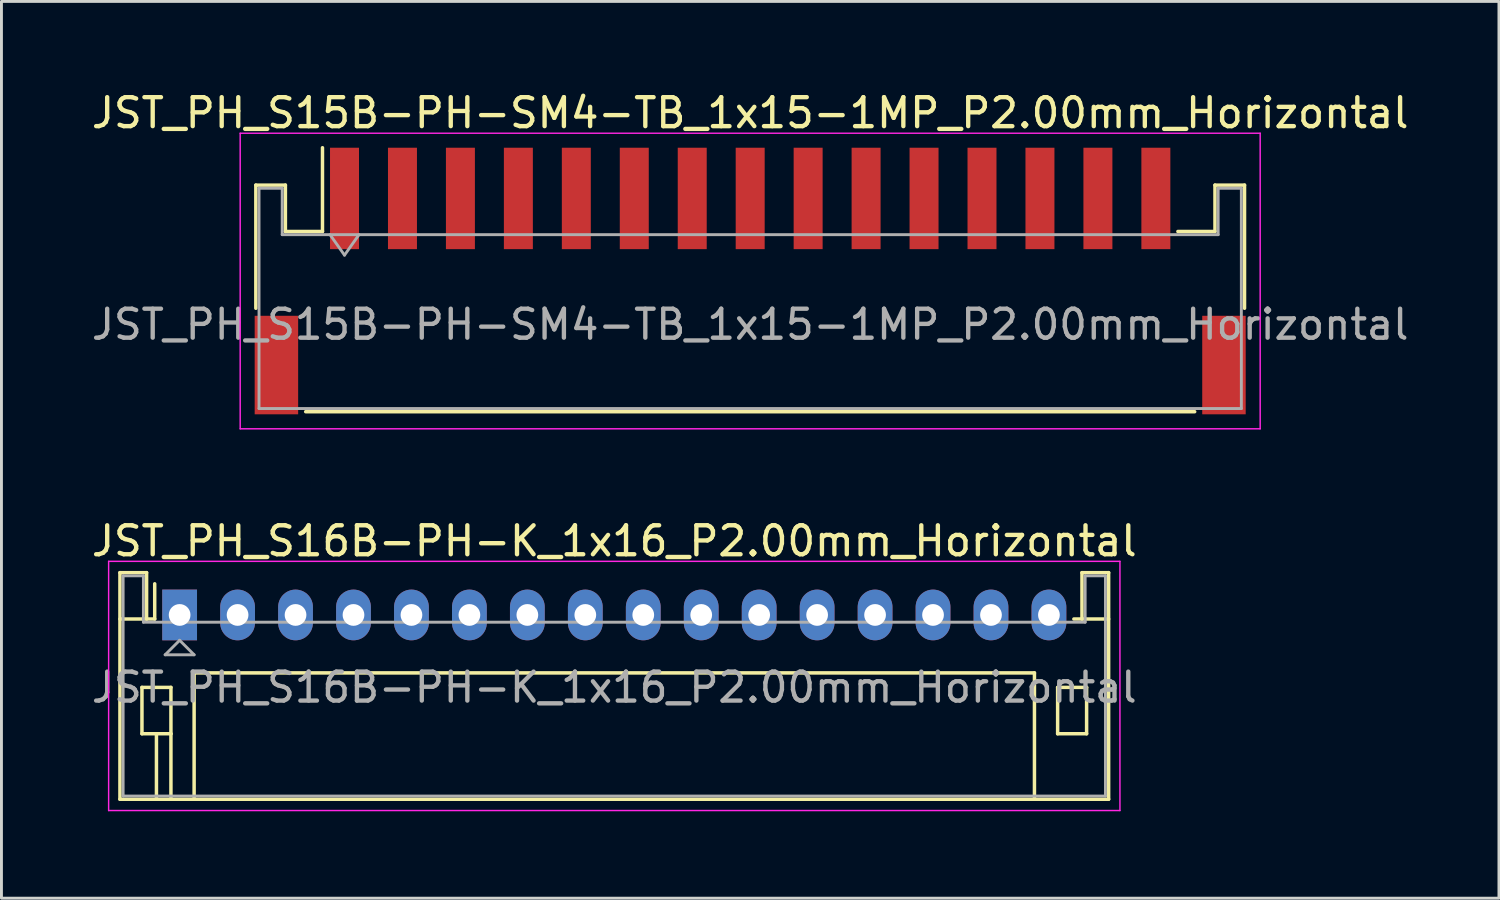
<source format=kicad_pcb>
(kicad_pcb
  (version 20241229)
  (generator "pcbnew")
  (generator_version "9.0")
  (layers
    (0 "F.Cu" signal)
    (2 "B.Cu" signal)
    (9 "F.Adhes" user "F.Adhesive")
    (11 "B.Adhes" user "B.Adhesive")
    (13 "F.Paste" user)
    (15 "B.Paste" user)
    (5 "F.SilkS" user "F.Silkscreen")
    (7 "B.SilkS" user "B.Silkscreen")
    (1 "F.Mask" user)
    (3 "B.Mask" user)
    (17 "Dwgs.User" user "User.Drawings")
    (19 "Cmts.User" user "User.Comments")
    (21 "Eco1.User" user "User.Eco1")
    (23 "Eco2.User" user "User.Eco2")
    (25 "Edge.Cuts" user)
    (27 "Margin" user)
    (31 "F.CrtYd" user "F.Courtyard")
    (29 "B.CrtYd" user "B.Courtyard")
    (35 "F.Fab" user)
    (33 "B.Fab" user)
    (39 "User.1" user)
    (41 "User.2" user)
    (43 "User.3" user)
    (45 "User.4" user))
  (footprint "JST_PH_S16B-PH-K_1x16_P2.00mm_Horizontal"
    (layer "F.Cu")
    (at 3.149 18.172)
    (property "Reference" "JST_PH_S16B-PH-K_1x16_P2.00mm_Horizontal" (at 15 -2.55 0) (layer "F.SilkS") (effects (font (size 1 1) (thickness 0.15))))
    (attr through_hole)
    (fp_line (start -2.06 -1.46) (end -2.06 6.36) (stroke (width 0.12) (type solid)) (layer "F.SilkS"))
    (fp_line (start -2.06 0.14) (end -1.14 0.14) (stroke (width 0.12) (type solid)) (layer "F.SilkS"))
    (fp_line (start -2.06 6.36) (end 32.06 6.36) (stroke (width 0.12) (type solid)) (layer "F.SilkS"))
    (fp_line (start -1.3 2.5) (end -1.3 4.1) (stroke (width 0.12) (type solid)) (layer "F.SilkS"))
    (fp_line (start -1.3 4.1) (end -0.3 4.1) (stroke (width 0.12) (type solid)) (layer "F.SilkS"))
    (fp_line (start -1.14 -1.46) (end -2.06 -1.46) (stroke (width 0.12) (type solid)) (layer "F.SilkS"))
    (fp_line (start -1.14 0.14) (end -1.14 -1.46) (stroke (width 0.12) (type solid)) (layer "F.SilkS"))
    (fp_line (start -0.86 0.14) (end -1.14 0.14) (stroke (width 0.12) (type solid)) (layer "F.SilkS"))
    (fp_line (start -0.86 0.14) (end -0.86 -1.075) (stroke (width 0.12) (type solid)) (layer "F.SilkS"))
    (fp_line (start -0.8 4.1) (end -0.8 6.36) (stroke (width 0.12) (type solid)) (layer "F.SilkS"))
    (fp_line (start -0.3 2.5) (end -1.3 2.5) (stroke (width 0.12) (type solid)) (layer "F.SilkS"))
    (fp_line (start -0.3 4.1) (end -0.3 2.5) (stroke (width 0.12) (type solid)) (layer "F.SilkS"))
    (fp_line (start -0.3 4.1) (end -0.3 6.36) (stroke (width 0.12) (type solid)) (layer "F.SilkS"))
    (fp_line (start 0.5 2) (end 29.5 2) (stroke (width 0.12) (type solid)) (layer "F.SilkS"))
    (fp_line (start 0.5 6.36) (end 0.5 2) (stroke (width 0.12) (type solid)) (layer "F.SilkS"))
    (fp_line (start 29.5 2) (end 29.5 6.36) (stroke (width 0.12) (type solid)) (layer "F.SilkS"))
    (fp_line (start 30.3 2.5) (end 31.3 2.5) (stroke (width 0.12) (type solid)) (layer "F.SilkS"))
    (fp_line (start 30.3 4.1) (end 30.3 2.5) (stroke (width 0.12) (type solid)) (layer "F.SilkS"))
    (fp_line (start 31.14 -1.46) (end 31.14 0.14) (stroke (width 0.12) (type solid)) (layer "F.SilkS"))
    (fp_line (start 31.14 0.14) (end 30.86 0.14) (stroke (width 0.12) (type solid)) (layer "F.SilkS"))
    (fp_line (start 31.3 2.5) (end 31.3 4.1) (stroke (width 0.12) (type solid)) (layer "F.SilkS"))
    (fp_line (start 31.3 4.1) (end 30.3 4.1) (stroke (width 0.12) (type solid)) (layer "F.SilkS"))
    (fp_line (start 32.06 -1.46) (end 31.14 -1.46) (stroke (width 0.12) (type solid)) (layer "F.SilkS"))
    (fp_line (start 32.06 0.14) (end 31.14 0.14) (stroke (width 0.12) (type solid)) (layer "F.SilkS"))
    (fp_line (start 32.06 6.36) (end 32.06 -1.46) (stroke (width 0.12) (type solid)) (layer "F.SilkS"))
    (fp_line (start -2.45 -1.85) (end -2.45 6.75) (stroke (width 0.05) (type solid)) (layer "F.CrtYd"))
    (fp_line (start -2.45 6.75) (end 32.45 6.75) (stroke (width 0.05) (type solid)) (layer "F.CrtYd"))
    (fp_line (start 32.45 -1.85) (end -2.45 -1.85) (stroke (width 0.05) (type solid)) (layer "F.CrtYd"))
    (fp_line (start 32.45 6.75) (end 32.45 -1.85) (stroke (width 0.05) (type solid)) (layer "F.CrtYd"))
    (fp_line (start -1.95 -1.35) (end -1.95 6.25) (stroke (width 0.1) (type solid)) (layer "F.Fab"))
    (fp_line (start -1.95 6.25) (end 31.95 6.25) (stroke (width 0.1) (type solid)) (layer "F.Fab"))
    (fp_line (start -1.25 -1.35) (end -1.95 -1.35) (stroke (width 0.1) (type solid)) (layer "F.Fab"))
    (fp_line (start -1.25 0.25) (end -1.25 -1.35) (stroke (width 0.1) (type solid)) (layer "F.Fab"))
    (fp_line (start -0.5 1.375) (end 0.5 1.375) (stroke (width 0.1) (type solid)) (layer "F.Fab"))
    (fp_line (start 0 0.875) (end -0.5 1.375) (stroke (width 0.1) (type solid)) (layer "F.Fab"))
    (fp_line (start 0.5 1.375) (end 0 0.875) (stroke (width 0.1) (type solid)) (layer "F.Fab"))
    (fp_line (start 31.25 -1.35) (end 31.25 0.25) (stroke (width 0.1) (type solid)) (layer "F.Fab"))
    (fp_line (start 31.25 0.25) (end -1.25 0.25) (stroke (width 0.1) (type solid)) (layer "F.Fab"))
    (fp_line (start 31.95 -1.35) (end 31.25 -1.35) (stroke (width 0.1) (type solid)) (layer "F.Fab"))
    (fp_line (start 31.95 6.25) (end 31.95 -1.35) (stroke (width 0.1) (type solid)) (layer "F.Fab"))
    (fp_text user "${REFERENCE}" (at 15 2.5 0) (layer "F.Fab") (effects (font (size 1 1) (thickness 0.15))))
    (pad "1" thru_hole rect (at 0 0) (size 1.2 1.75) (drill 0.75) (layers "*.Cu" "*.Mask"))
    (pad "2" thru_hole oval (at 2 0) (size 1.2 1.75) (drill 0.75) (layers "*.Cu" "*.Mask"))
    (pad "3" thru_hole oval (at 4 0) (size 1.2 1.75) (drill 0.75) (layers "*.Cu" "*.Mask"))
    (pad "4" thru_hole oval (at 6 0) (size 1.2 1.75) (drill 0.75) (layers "*.Cu" "*.Mask"))
    (pad "5" thru_hole oval (at 8 0) (size 1.2 1.75) (drill 0.75) (layers "*.Cu" "*.Mask"))
    (pad "6" thru_hole oval (at 10 0) (size 1.2 1.75) (drill 0.75) (layers "*.Cu" "*.Mask"))
    (pad "7" thru_hole oval (at 12 0) (size 1.2 1.75) (drill 0.75) (layers "*.Cu" "*.Mask"))
    (pad "8" thru_hole oval (at 14 0) (size 1.2 1.75) (drill 0.75) (layers "*.Cu" "*.Mask"))
    (pad "9" thru_hole oval (at 16 0) (size 1.2 1.75) (drill 0.75) (layers "*.Cu" "*.Mask"))
    (pad "10" thru_hole oval (at 18 0) (size 1.2 1.75) (drill 0.75) (layers "*.Cu" "*.Mask"))
    (pad "11" thru_hole oval (at 20 0) (size 1.2 1.75) (drill 0.75) (layers "*.Cu" "*.Mask"))
    (pad "12" thru_hole oval (at 22 0) (size 1.2 1.75) (drill 0.75) (layers "*.Cu" "*.Mask"))
    (pad "13" thru_hole oval (at 24 0) (size 1.2 1.75) (drill 0.75) (layers "*.Cu" "*.Mask"))
    (pad "14" thru_hole oval (at 26 0) (size 1.2 1.75) (drill 0.75) (layers "*.Cu" "*.Mask"))
    (pad "15" thru_hole oval (at 28 0) (size 1.2 1.75) (drill 0.75) (layers "*.Cu" "*.Mask"))
    (pad "16" thru_hole oval (at 30 0) (size 1.2 1.75) (drill 0.75) (layers "*.Cu" "*.Mask")))
  (footprint "JST_PH_S15B-PH-SM4-TB_1x15-1MP_P2.00mm_Horizontal"
    (layer "F.Cu")
    (at 22.839 6.648)
    (property "Reference" "JST_PH_S15B-PH-SM4-TB_1x15-1MP_P2.00mm_Horizontal" (at 0 -5.8 0) (layer "F.SilkS") (effects (font (size 1 1) (thickness 0.15))))
    (attr smd)
    (fp_line (start -17.06 -3.31) (end -16.04 -3.31) (stroke (width 0.12) (type solid)) (layer "F.SilkS"))
    (fp_line (start -17.06 0.94) (end -17.06 -3.31) (stroke (width 0.12) (type solid)) (layer "F.SilkS"))
    (fp_line (start -16.04 -3.31) (end -16.04 -1.71) (stroke (width 0.12) (type solid)) (layer "F.SilkS"))
    (fp_line (start -16.04 -1.71) (end -14.76 -1.71) (stroke (width 0.12) (type solid)) (layer "F.SilkS"))
    (fp_line (start -15.34 4.51) (end 15.34 4.51) (stroke (width 0.12) (type solid)) (layer "F.SilkS"))
    (fp_line (start -14.76 -1.71) (end -14.76 -4.6) (stroke (width 0.12) (type solid)) (layer "F.SilkS"))
    (fp_line (start 16.04 -3.31) (end 16.04 -1.71) (stroke (width 0.12) (type solid)) (layer "F.SilkS"))
    (fp_line (start 16.04 -1.71) (end 14.76 -1.71) (stroke (width 0.12) (type solid)) (layer "F.SilkS"))
    (fp_line (start 17.06 -3.31) (end 16.04 -3.31) (stroke (width 0.12) (type solid)) (layer "F.SilkS"))
    (fp_line (start 17.06 0.94) (end 17.06 -3.31) (stroke (width 0.12) (type solid)) (layer "F.SilkS"))
    (fp_line (start -17.6 -5.1) (end -17.6 5.1) (stroke (width 0.05) (type solid)) (layer "F.CrtYd"))
    (fp_line (start -17.6 5.1) (end 17.6 5.1) (stroke (width 0.05) (type solid)) (layer "F.CrtYd"))
    (fp_line (start 17.6 -5.1) (end -17.6 -5.1) (stroke (width 0.05) (type solid)) (layer "F.CrtYd"))
    (fp_line (start 17.6 5.1) (end 17.6 -5.1) (stroke (width 0.05) (type solid)) (layer "F.CrtYd"))
    (fp_line (start -16.95 -3.2) (end -16.95 4.4) (stroke (width 0.1) (type solid)) (layer "F.Fab"))
    (fp_line (start -16.95 -3.2) (end -16.15 -3.2) (stroke (width 0.1) (type solid)) (layer "F.Fab"))
    (fp_line (start -16.95 4.4) (end 16.95 4.4) (stroke (width 0.1) (type solid)) (layer "F.Fab"))
    (fp_line (start -16.15 -3.2) (end -16.15 -1.6) (stroke (width 0.1) (type solid)) (layer "F.Fab"))
    (fp_line (start -16.15 -1.6) (end 16.15 -1.6) (stroke (width 0.1) (type solid)) (layer "F.Fab"))
    (fp_line (start -14.5 -1.6) (end -14 -0.893) (stroke (width 0.1) (type solid)) (layer "F.Fab"))
    (fp_line (start -14 -0.893) (end -13.5 -1.6) (stroke (width 0.1) (type solid)) (layer "F.Fab"))
    (fp_line (start 16.15 -3.2) (end 16.95 -3.2) (stroke (width 0.1) (type solid)) (layer "F.Fab"))
    (fp_line (start 16.15 -1.6) (end 16.15 -3.2) (stroke (width 0.1) (type solid)) (layer "F.Fab"))
    (fp_line (start 16.95 -3.2) (end 16.95 4.4) (stroke (width 0.1) (type solid)) (layer "F.Fab"))
    (fp_text user "${REFERENCE}" (at 0 1.5 0) (layer "F.Fab") (effects (font (size 1 1) (thickness 0.15))))
    (pad "1" smd rect (at -14 -2.85) (size 1 3.5) (layers "F.Cu" "F.Mask" "F.Paste"))
    (pad "2" smd rect (at -12 -2.85) (size 1 3.5) (layers "F.Cu" "F.Mask" "F.Paste"))
    (pad "3" smd rect (at -10 -2.85) (size 1 3.5) (layers "F.Cu" "F.Mask" "F.Paste"))
    (pad "4" smd rect (at -8 -2.85) (size 1 3.5) (layers "F.Cu" "F.Mask" "F.Paste"))
    (pad "5" smd rect (at -6 -2.85) (size 1 3.5) (layers "F.Cu" "F.Mask" "F.Paste"))
    (pad "6" smd rect (at -4 -2.85) (size 1 3.5) (layers "F.Cu" "F.Mask" "F.Paste"))
    (pad "7" smd rect (at -2 -2.85) (size 1 3.5) (layers "F.Cu" "F.Mask" "F.Paste"))
    (pad "8" smd rect (at 0 -2.85) (size 1 3.5) (layers "F.Cu" "F.Mask" "F.Paste"))
    (pad "9" smd rect (at 2 -2.85) (size 1 3.5) (layers "F.Cu" "F.Mask" "F.Paste"))
    (pad "10" smd rect (at 4 -2.85) (size 1 3.5) (layers "F.Cu" "F.Mask" "F.Paste"))
    (pad "11" smd rect (at 6 -2.85) (size 1 3.5) (layers "F.Cu" "F.Mask" "F.Paste"))
    (pad "12" smd rect (at 8 -2.85) (size 1 3.5) (layers "F.Cu" "F.Mask" "F.Paste"))
    (pad "13" smd rect (at 10 -2.85) (size 1 3.5) (layers "F.Cu" "F.Mask" "F.Paste"))
    (pad "14" smd rect (at 12 -2.85) (size 1 3.5) (layers "F.Cu" "F.Mask" "F.Paste"))
    (pad "15" smd rect (at 14 -2.85) (size 1 3.5) (layers "F.Cu" "F.Mask" "F.Paste"))
    (pad "MP" smd rect (at -16.35 2.9) (size 1.5 3.4) (layers "F.Cu" "F.Mask" "F.Paste"))
    (pad "MP" smd rect (at 16.35 2.9) (size 1.5 3.4) (layers "F.Cu" "F.Mask" "F.Paste")))
  (gr_rect
    (start -3 -3)
    (end 48.679 27.947)
    (stroke (width 0.1) (type default))
    (fill no)
    (layer "Edge.Cuts")))
</source>
